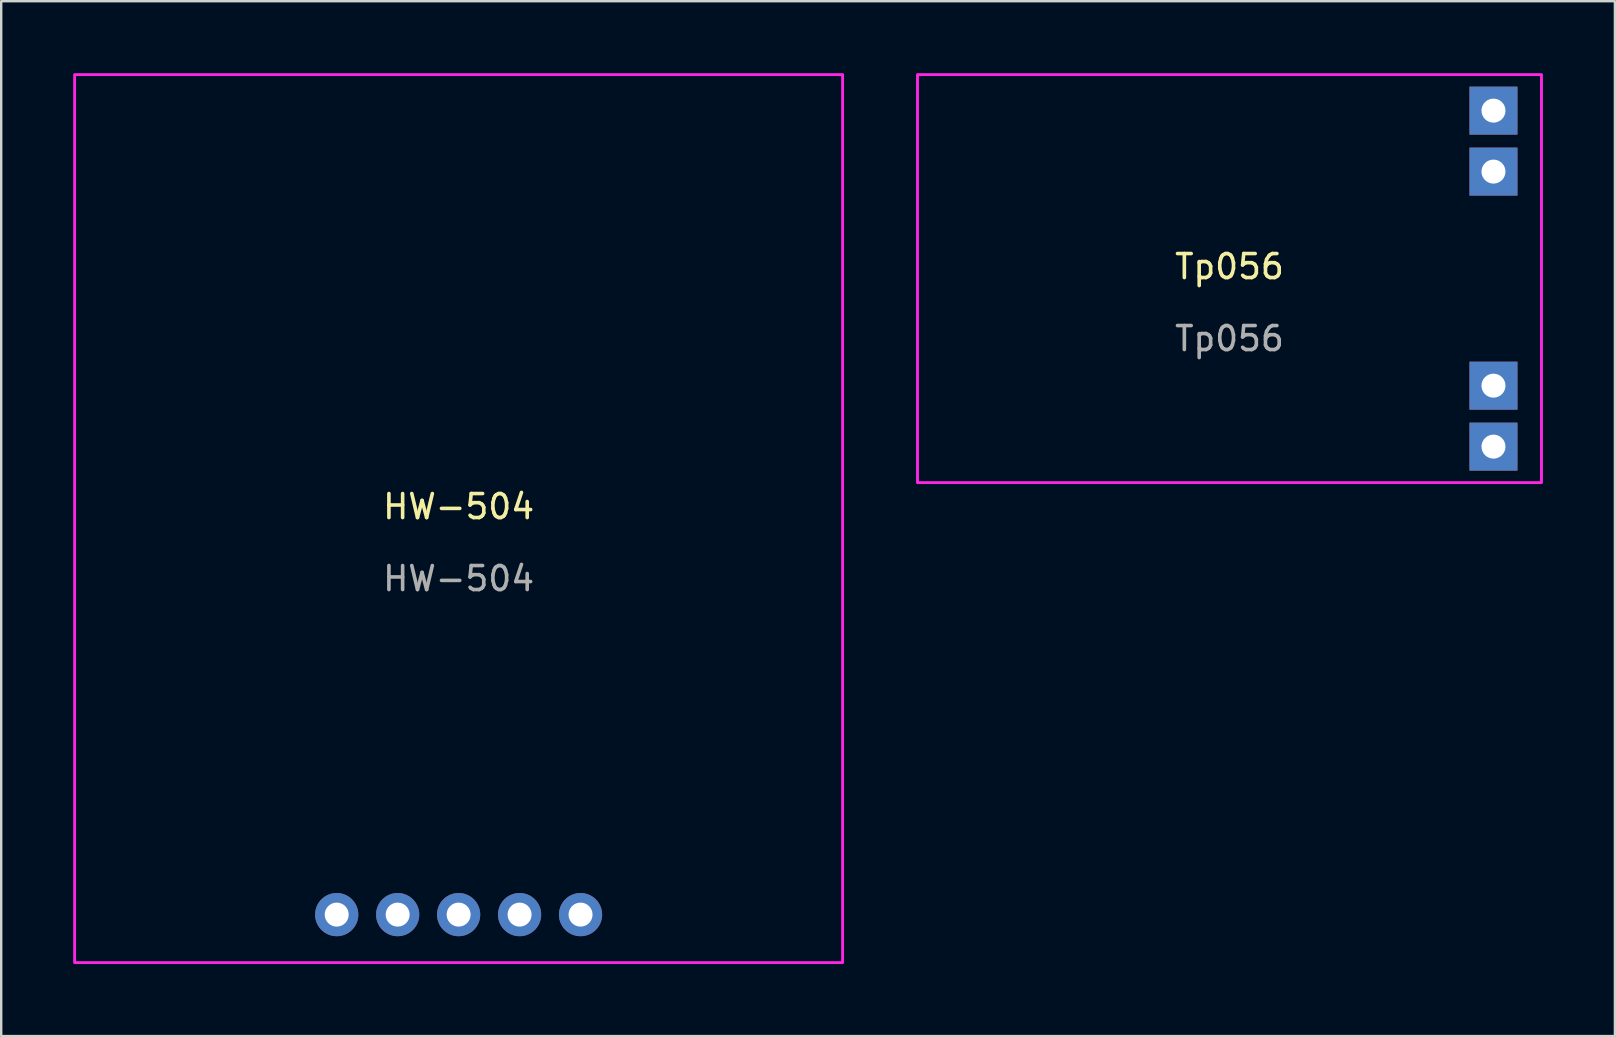
<source format=kicad_pcb>
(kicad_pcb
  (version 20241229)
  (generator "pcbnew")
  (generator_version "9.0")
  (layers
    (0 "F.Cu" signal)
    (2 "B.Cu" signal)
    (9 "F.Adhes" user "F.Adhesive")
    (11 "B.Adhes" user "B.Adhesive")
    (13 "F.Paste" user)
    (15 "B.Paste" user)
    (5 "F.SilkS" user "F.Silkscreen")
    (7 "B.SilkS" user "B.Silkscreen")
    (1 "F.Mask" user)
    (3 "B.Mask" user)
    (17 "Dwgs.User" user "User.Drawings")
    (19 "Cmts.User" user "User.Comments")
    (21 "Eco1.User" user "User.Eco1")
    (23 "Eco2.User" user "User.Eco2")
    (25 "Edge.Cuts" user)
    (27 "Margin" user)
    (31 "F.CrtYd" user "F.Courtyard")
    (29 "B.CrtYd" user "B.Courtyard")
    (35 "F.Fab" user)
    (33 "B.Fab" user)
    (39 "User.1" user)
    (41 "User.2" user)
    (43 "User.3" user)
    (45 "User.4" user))
  (footprint "Tp056"
    (layer "F.Cu")
    (at 48.18 8.56)
    (property "Reference" "Tp056" (at 0 -0.5 0) (unlocked yes) (layer "F.SilkS") (effects (font (size 1 1) (thickness 0.15))))
    (attr through_hole)
    (fp_rect (start -13 -8.5) (end 13 8.5) (stroke (width 0.12) (type solid)) (fill no) (layer "F.CrtYd"))
    (fp_text user "${REFERENCE}" (at 0 2.5 0) (unlocked yes) (layer "F.Fab") (effects (font (size 1 1) (thickness 0.15))))
    (pad "1" thru_hole rect (at 11 -7) (size 2 2) (drill 1) (layers "*.Cu" "*.Mask"))
    (pad "2" thru_hole rect (at 11 -4.46) (size 2 2) (drill 1) (layers "*.Cu" "*.Mask"))
    (pad "3" thru_hole rect (at 11 4.46) (size 2 2) (drill 1) (layers "*.Cu" "*.Mask"))
    (pad "4" thru_hole rect (at 11 7) (size 2 2) (drill 1) (layers "*.Cu" "*.Mask")))
  (footprint "HW-504"
    (layer "F.Cu")
    (at 16.06 18.56)
    (property "Reference" "HW-504" (at 0 -0.5 0) (unlocked yes) (layer "F.SilkS") (effects (font (size 1 1) (thickness 0.15))))
    (attr through_hole)
    (fp_rect (start -16 -18.5) (end 16 18.5) (stroke (width 0.12) (type solid)) (fill no) (layer "F.CrtYd"))
    (fp_text user "${REFERENCE}" (at 0 2.5 0) (unlocked yes) (layer "F.Fab") (effects (font (size 1 1) (thickness 0.15))))
    (pad "1" thru_hole circle (at -5.08 16.5) (size 1.8 1.8) (drill 1) (layers "*.Cu" "*.Mask"))
    (pad "2" thru_hole circle (at -2.54 16.5) (size 1.8 1.8) (drill 1) (layers "*.Cu" "*.Mask"))
    (pad "3" thru_hole circle (at 0 16.5) (size 1.8 1.8) (drill 1) (layers "*.Cu" "*.Mask"))
    (pad "4" thru_hole circle (at 2.54 16.5) (size 1.8 1.8) (drill 1) (layers "*.Cu" "*.Mask"))
    (pad "5" thru_hole circle (at 5.08 16.5) (size 1.8 1.8) (drill 1) (layers "*.Cu" "*.Mask")))
  (gr_rect
    (start -3 -3)
    (end 64.24 40.12)
    (stroke (width 0.1) (type default))
    (fill no)
    (layer "Edge.Cuts")))
</source>
